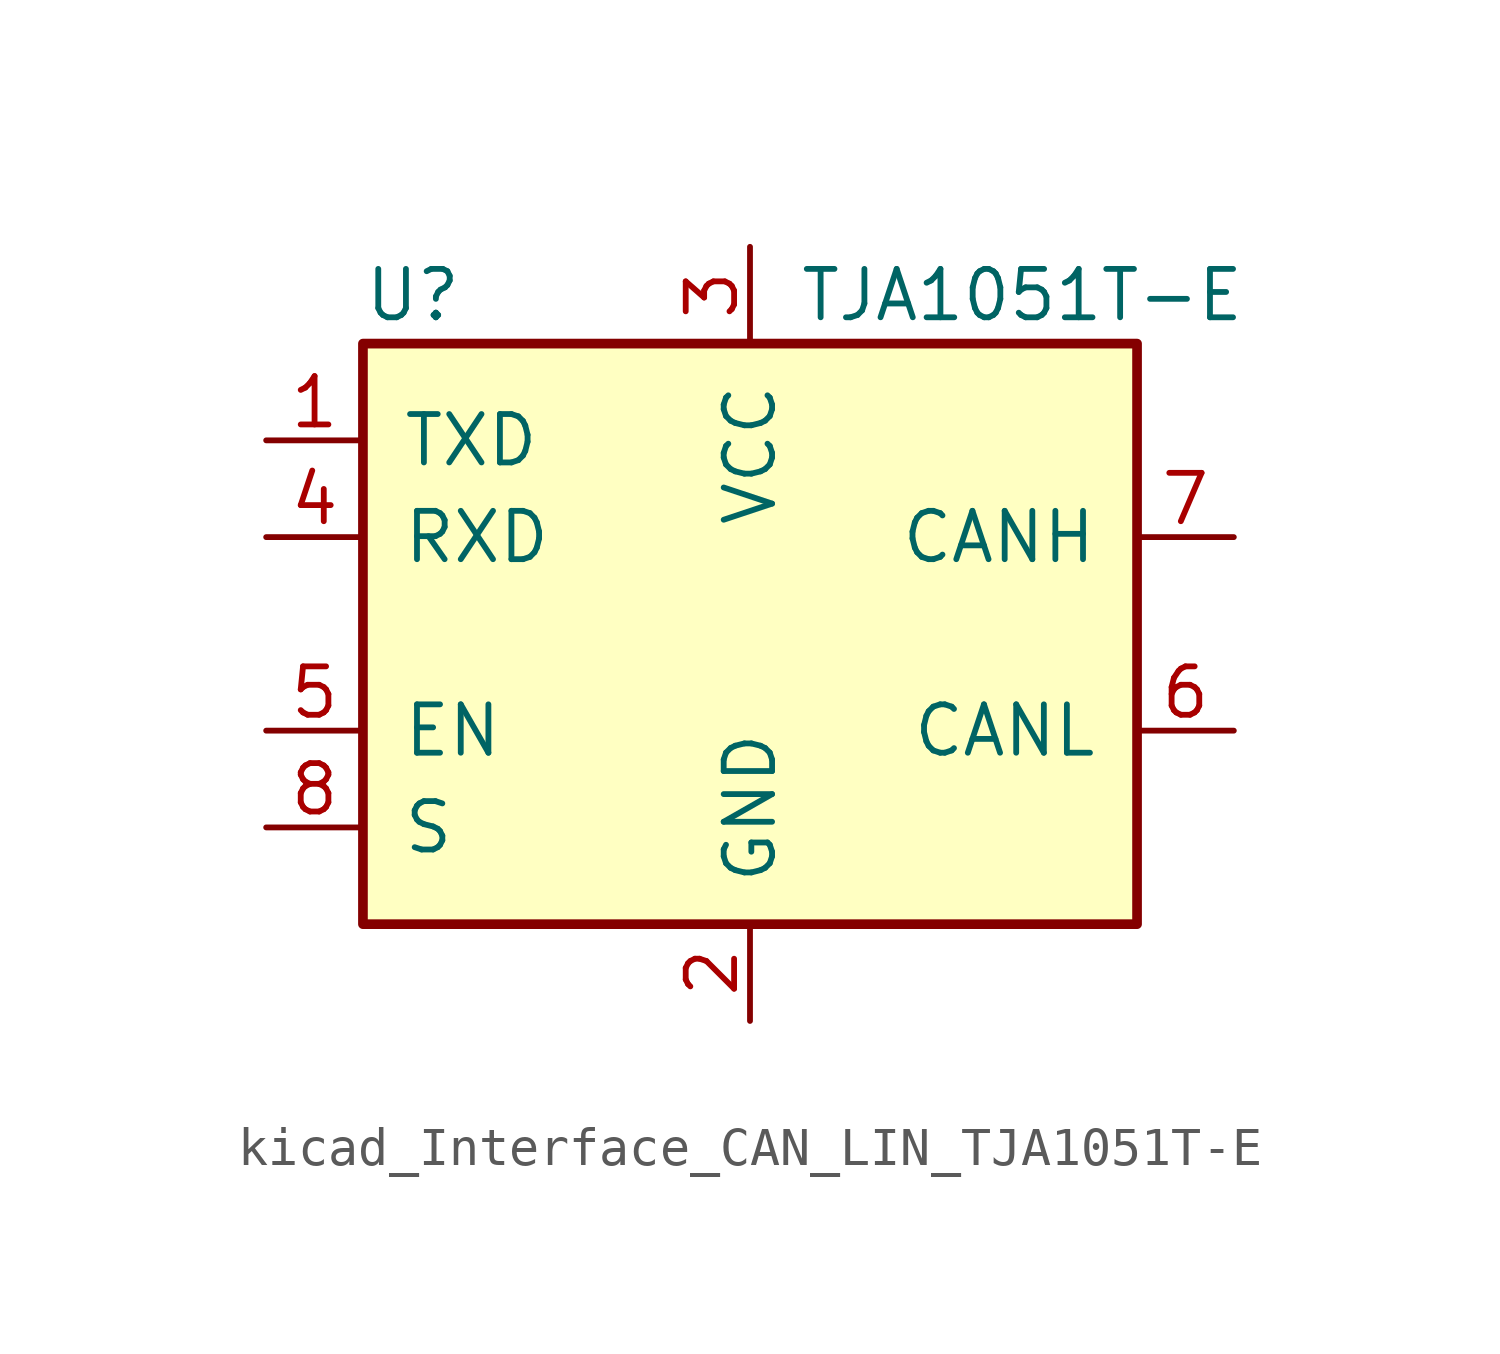
<source format=kicad_sym>
(kicad_symbol_lib
  (version 20220914)
  (generator kicad_symbol_editor)
  (symbol "kicad_Interface_CAN_LIN_TJA1051T-E"
    (pin_names
      (offset 1.016))
    (property "Reference" "U"
      (at -10.16 8.89 0)
      (effects (font (size 1.27 1.27)) (justify left)))
    (property "Value" "TJA1051T-E"
      (at 1.27 8.89 0)
      (effects (font (size 1.27 1.27)) (justify left)))
    (symbol "kicad_Interface_CAN_LIN_TJA1051T-E_0_1"
      (rectangle (start -10.16 7.62) (end 10.16 -7.62) (stroke (width 0.254) (type default)) (fill (type background))))
    (symbol "kicad_Interface_CAN_LIN_TJA1051T-E_1_1"
      (pin input line (at -12.7 5.08 0) (length 2.54) (name "TXD" (effects (font (size 1.27 1.27)))) (number "1" (effects (font (size 1.27 1.27)))))
      (pin power_in line (at 0 -10.16 90) (length 2.54) (name "GND" (effects (font (size 1.27 1.27)))) (number "2" (effects (font (size 1.27 1.27)))))
      (pin power_in line (at 0 10.16 270) (length 2.54) (name "VCC" (effects (font (size 1.27 1.27)))) (number "3" (effects (font (size 1.27 1.27)))))
      (pin output line (at -12.7 2.54 0) (length 2.54) (name "RXD" (effects (font (size 1.27 1.27)))) (number "4" (effects (font (size 1.27 1.27)))))
      (pin input line (at -12.7 -2.54 0) (length 2.54) (name "EN" (effects (font (size 1.27 1.27)))) (number "5" (effects (font (size 1.27 1.27)))))
      (pin bidirectional line (at 12.7 -2.54 180) (length 2.54) (name "CANL" (effects (font (size 1.27 1.27)))) (number "6" (effects (font (size 1.27 1.27)))))
      (pin bidirectional line (at 12.7 2.54 180) (length 2.54) (name "CANH" (effects (font (size 1.27 1.27)))) (number "7" (effects (font (size 1.27 1.27)))))
      (pin input line (at -12.7 -5.08 0) (length 2.54) (name "S" (effects (font (size 1.27 1.27)))) (number "8" (effects (font (size 1.27 1.27))))))))
</source>
